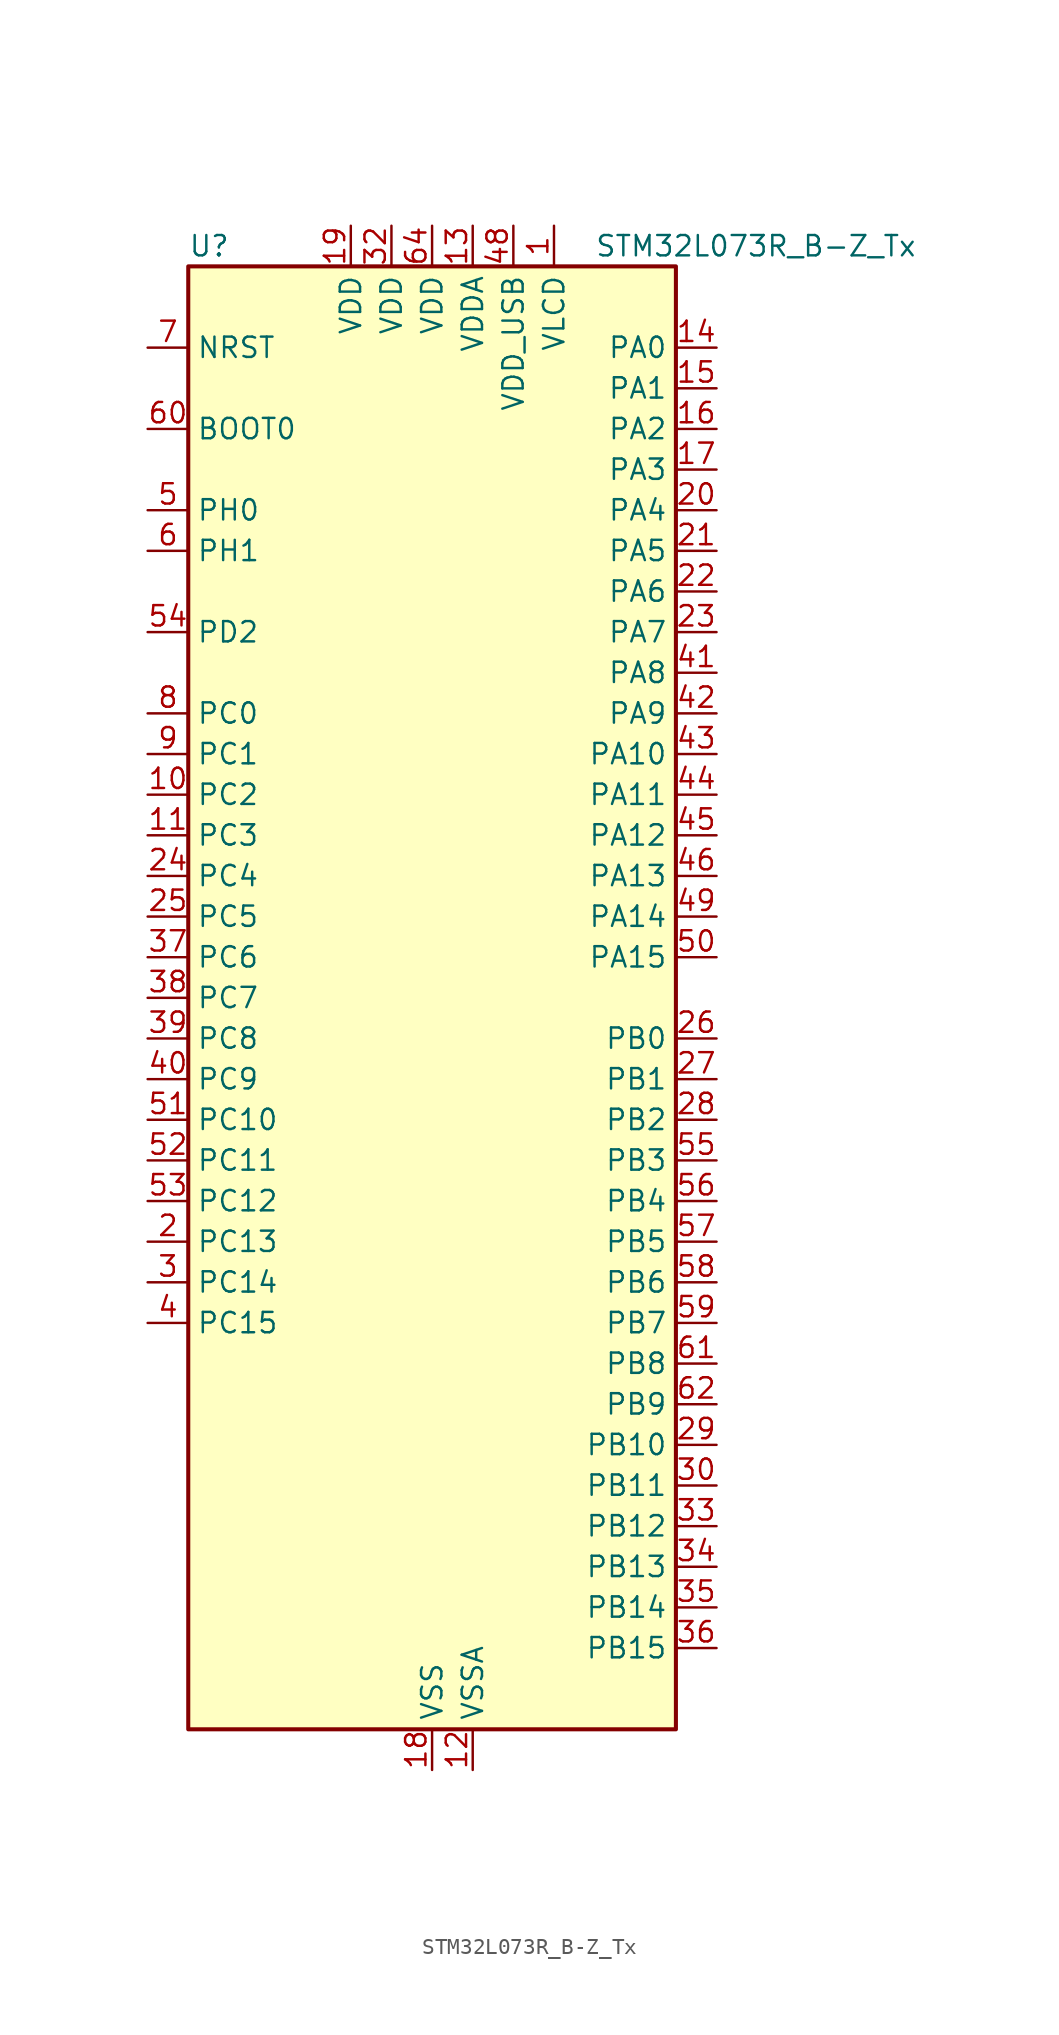
<source format=kicad_sym>
(kicad_symbol_lib
  (version 20241209)
  (generator "kicad_symbol_editor")
  (generator_version "9.0")
  (symbol "STM32L073R_B-Z_Tx"
    (property "Reference" "U"
      (at -15.24 46.99 0)
      (effects (font (size 1.27 1.27)) (justify left)))
    (property "Value" "STM32L073R_B-Z_Tx"
      (at 10.16 46.99 0)
      (effects (font (size 1.27 1.27)) (justify left)))
    (symbol "STM32L073R_B-Z_Tx_0_1"
      (rectangle (start -15.24 -45.72) (end 15.24 45.72) (stroke (width 0.254) (type default)) (fill (type background))))
    (symbol "STM32L073R_B-Z_Tx_1_1"
      (pin input line (at -17.78 40.64 0) (length 2.54) (name "NRST" (effects (font (size 1.27 1.27)))) (number "7" (effects (font (size 1.27 1.27)))))
      (pin input line (at -17.78 35.56 0) (length 2.54) (name "BOOT0" (effects (font (size 1.27 1.27)))) (number "60" (effects (font (size 1.27 1.27)))))
      (pin bidirectional line (at -17.78 30.48 0) (length 2.54) (name "PH0" (effects (font (size 1.27 1.27)))) (number "5" (effects (font (size 1.27 1.27)))) (alternate "CRS_SYNC" bidirectional line) (alternate "RCC_OSC_IN" bidirectional line))
      (pin bidirectional line (at -17.78 27.94 0) (length 2.54) (name "PH1" (effects (font (size 1.27 1.27)))) (number "6" (effects (font (size 1.27 1.27)))) (alternate "RCC_OSC_OUT" bidirectional line))
      (pin bidirectional line (at -17.78 22.86 0) (length 2.54) (name "PD2" (effects (font (size 1.27 1.27)))) (number "54" (effects (font (size 1.27 1.27)))) (alternate "LCD_COM7" bidirectional line) (alternate "LCD_SEG31" bidirectional line) (alternate "LPUART1_DE" bidirectional line) (alternate "LPUART1_RTS" bidirectional line) (alternate "TIM3_ETR" bidirectional line) (alternate "USART5_RX" bidirectional line))
      (pin bidirectional line (at -17.78 17.78 0) (length 2.54) (name "PC0" (effects (font (size 1.27 1.27)))) (number "8" (effects (font (size 1.27 1.27)))) (alternate "ADC_IN10" bidirectional line) (alternate "I2C3_SCL" bidirectional line) (alternate "LCD_SEG18" bidirectional line) (alternate "LPTIM1_IN1" bidirectional line) (alternate "LPUART1_RX" bidirectional line) (alternate "TSC_G7_IO1" bidirectional line))
      (pin bidirectional line (at -17.78 15.24 0) (length 2.54) (name "PC1" (effects (font (size 1.27 1.27)))) (number "9" (effects (font (size 1.27 1.27)))) (alternate "ADC_IN11" bidirectional line) (alternate "I2C3_SDA" bidirectional line) (alternate "LCD_SEG19" bidirectional line) (alternate "LPTIM1_OUT" bidirectional line) (alternate "LPUART1_TX" bidirectional line) (alternate "TSC_G7_IO2" bidirectional line))
      (pin bidirectional line (at -17.78 12.7 0) (length 2.54) (name "PC2" (effects (font (size 1.27 1.27)))) (number "10" (effects (font (size 1.27 1.27)))) (alternate "ADC_IN12" bidirectional line) (alternate "I2S2_MCK" bidirectional line) (alternate "LCD_SEG20" bidirectional line) (alternate "LPTIM1_IN2" bidirectional line) (alternate "SPI2_MISO" bidirectional line) (alternate "TSC_G7_IO3" bidirectional line))
      (pin bidirectional line (at -17.78 10.16 0) (length 2.54) (name "PC3" (effects (font (size 1.27 1.27)))) (number "11" (effects (font (size 1.27 1.27)))) (alternate "ADC_IN13" bidirectional line) (alternate "I2S2_SD" bidirectional line) (alternate "LCD_SEG21" bidirectional line) (alternate "LPTIM1_ETR" bidirectional line) (alternate "SPI2_MOSI" bidirectional line) (alternate "TSC_G7_IO4" bidirectional line))
      (pin bidirectional line (at -17.78 7.62 0) (length 2.54) (name "PC4" (effects (font (size 1.27 1.27)))) (number "24" (effects (font (size 1.27 1.27)))) (alternate "ADC_IN14" bidirectional line) (alternate "LCD_SEG22" bidirectional line) (alternate "LPUART1_TX" bidirectional line))
      (pin bidirectional line (at -17.78 5.08 0) (length 2.54) (name "PC5" (effects (font (size 1.27 1.27)))) (number "25" (effects (font (size 1.27 1.27)))) (alternate "ADC_IN15" bidirectional line) (alternate "LCD_SEG23" bidirectional line) (alternate "LPUART1_RX" bidirectional line) (alternate "TSC_G3_IO1" bidirectional line))
      (pin bidirectional line (at -17.78 2.54 0) (length 2.54) (name "PC6" (effects (font (size 1.27 1.27)))) (number "37" (effects (font (size 1.27 1.27)))) (alternate "LCD_SEG24" bidirectional line) (alternate "TIM22_CH1" bidirectional line) (alternate "TIM3_CH1" bidirectional line) (alternate "TSC_G8_IO1" bidirectional line))
      (pin bidirectional line (at -17.78 0 0) (length 2.54) (name "PC7" (effects (font (size 1.27 1.27)))) (number "38" (effects (font (size 1.27 1.27)))) (alternate "LCD_SEG25" bidirectional line) (alternate "TIM22_CH2" bidirectional line) (alternate "TIM3_CH2" bidirectional line) (alternate "TSC_G8_IO2" bidirectional line))
      (pin bidirectional line (at -17.78 -2.54 0) (length 2.54) (name "PC8" (effects (font (size 1.27 1.27)))) (number "39" (effects (font (size 1.27 1.27)))) (alternate "LCD_SEG26" bidirectional line) (alternate "TIM22_ETR" bidirectional line) (alternate "TIM3_CH3" bidirectional line) (alternate "TSC_G8_IO3" bidirectional line))
      (pin bidirectional line (at -17.78 -5.08 0) (length 2.54) (name "PC9" (effects (font (size 1.27 1.27)))) (number "40" (effects (font (size 1.27 1.27)))) (alternate "DAC_EXTI9" bidirectional line) (alternate "I2C3_SDA" bidirectional line) (alternate "LCD_SEG27" bidirectional line) (alternate "TIM21_ETR" bidirectional line) (alternate "TIM3_CH4" bidirectional line) (alternate "TSC_G8_IO4" bidirectional line) (alternate "USB_NOE" bidirectional line))
      (pin bidirectional line (at -17.78 -7.62 0) (length 2.54) (name "PC10" (effects (font (size 1.27 1.27)))) (number "51" (effects (font (size 1.27 1.27)))) (alternate "LCD_COM4" bidirectional line) (alternate "LCD_SEG28" bidirectional line) (alternate "LPUART1_TX" bidirectional line) (alternate "USART4_TX" bidirectional line))
      (pin bidirectional line (at -17.78 -10.16 0) (length 2.54) (name "PC11" (effects (font (size 1.27 1.27)))) (number "52" (effects (font (size 1.27 1.27)))) (alternate "ADC_EXTI11" bidirectional line) (alternate "LCD_COM5" bidirectional line) (alternate "LCD_SEG29" bidirectional line) (alternate "LPUART1_RX" bidirectional line) (alternate "USART4_RX" bidirectional line))
      (pin bidirectional line (at -17.78 -12.7 0) (length 2.54) (name "PC12" (effects (font (size 1.27 1.27)))) (number "53" (effects (font (size 1.27 1.27)))) (alternate "LCD_COM6" bidirectional line) (alternate "LCD_SEG30" bidirectional line) (alternate "USART4_CK" bidirectional line) (alternate "USART5_TX" bidirectional line))
      (pin bidirectional line (at -17.78 -15.24 0) (length 2.54) (name "PC13" (effects (font (size 1.27 1.27)))) (number "2" (effects (font (size 1.27 1.27)))) (alternate "RTC_OUT_ALARM" bidirectional line) (alternate "RTC_OUT_CALIB" bidirectional line) (alternate "RTC_TAMP1" bidirectional line) (alternate "RTC_TS" bidirectional line) (alternate "SYS_WKUP2" bidirectional line))
      (pin bidirectional line (at -17.78 -17.78 0) (length 2.54) (name "PC14" (effects (font (size 1.27 1.27)))) (number "3" (effects (font (size 1.27 1.27)))) (alternate "RCC_OSC32_IN" bidirectional line))
      (pin bidirectional line (at -17.78 -20.32 0) (length 2.54) (name "PC15" (effects (font (size 1.27 1.27)))) (number "4" (effects (font (size 1.27 1.27)))) (alternate "RCC_OSC32_OUT" bidirectional line))
      (pin power_in line (at -5.08 48.26 270) (length 2.54) (name "VDD" (effects (font (size 1.27 1.27)))) (number "19" (effects (font (size 1.27 1.27)))))
      (pin power_in line (at -2.54 48.26 270) (length 2.54) (name "VDD" (effects (font (size 1.27 1.27)))) (number "32" (effects (font (size 1.27 1.27)))))
      (pin power_in line (at 0 48.26 270) (length 2.54) (name "VDD" (effects (font (size 1.27 1.27)))) (number "64" (effects (font (size 1.27 1.27)))))
      (pin power_in line (at 0 -48.26 90) (length 2.54) (name "VSS" (effects (font (size 1.27 1.27)))) (number "18" (effects (font (size 1.27 1.27)))))
      (pin passive line (at 0 -48.26 90) (length 2.54) (hide yes) (name "VSS" (effects (font (size 1.27 1.27)))) (number "31" (effects (font (size 1.27 1.27)))))
      (pin passive line (at 0 -48.26 90) (length 2.54) (hide yes) (name "VSS" (effects (font (size 1.27 1.27)))) (number "47" (effects (font (size 1.27 1.27)))))
      (pin passive line (at 0 -48.26 90) (length 2.54) (hide yes) (name "VSS" (effects (font (size 1.27 1.27)))) (number "63" (effects (font (size 1.27 1.27)))))
      (pin power_in line (at 2.54 48.26 270) (length 2.54) (name "VDDA" (effects (font (size 1.27 1.27)))) (number "13" (effects (font (size 1.27 1.27)))))
      (pin power_in line (at 2.54 -48.26 90) (length 2.54) (name "VSSA" (effects (font (size 1.27 1.27)))) (number "12" (effects (font (size 1.27 1.27)))))
      (pin power_in line (at 5.08 48.26 270) (length 2.54) (name "VDD_USB" (effects (font (size 1.27 1.27)))) (number "48" (effects (font (size 1.27 1.27)))))
      (pin power_in line (at 7.62 48.26 270) (length 2.54) (name "VLCD" (effects (font (size 1.27 1.27)))) (number "1" (effects (font (size 1.27 1.27)))))
      (pin bidirectional line (at 17.78 40.64 180) (length 2.54) (name "PA0" (effects (font (size 1.27 1.27)))) (number "14" (effects (font (size 1.27 1.27)))) (alternate "ADC_IN0" bidirectional line) (alternate "COMP1_INM" bidirectional line) (alternate "COMP1_OUT" bidirectional line) (alternate "RTC_TAMP2" bidirectional line) (alternate "SYS_WKUP1" bidirectional line) (alternate "TIM2_CH1" bidirectional line) (alternate "TIM2_ETR" bidirectional line) (alternate "TSC_G1_IO1" bidirectional line) (alternate "USART2_CTS" bidirectional line) (alternate "USART4_TX" bidirectional line))
      (pin bidirectional line (at 17.78 38.1 180) (length 2.54) (name "PA1" (effects (font (size 1.27 1.27)))) (number "15" (effects (font (size 1.27 1.27)))) (alternate "ADC_IN1" bidirectional line) (alternate "COMP1_INP" bidirectional line) (alternate "LCD_SEG0" bidirectional line) (alternate "TIM21_ETR" bidirectional line) (alternate "TIM2_CH2" bidirectional line) (alternate "TSC_G1_IO2" bidirectional line) (alternate "USART2_DE" bidirectional line) (alternate "USART2_RTS" bidirectional line) (alternate "USART4_RX" bidirectional line))
      (pin bidirectional line (at 17.78 35.56 180) (length 2.54) (name "PA2" (effects (font (size 1.27 1.27)))) (number "16" (effects (font (size 1.27 1.27)))) (alternate "ADC_IN2" bidirectional line) (alternate "COMP2_INM" bidirectional line) (alternate "COMP2_OUT" bidirectional line) (alternate "LCD_SEG1" bidirectional line) (alternate "LPUART1_TX" bidirectional line) (alternate "TIM21_CH1" bidirectional line) (alternate "TIM2_CH3" bidirectional line) (alternate "TSC_G1_IO3" bidirectional line) (alternate "USART2_TX" bidirectional line))
      (pin bidirectional line (at 17.78 33.02 180) (length 2.54) (name "PA3" (effects (font (size 1.27 1.27)))) (number "17" (effects (font (size 1.27 1.27)))) (alternate "ADC_IN3" bidirectional line) (alternate "COMP2_INP" bidirectional line) (alternate "LCD_SEG2" bidirectional line) (alternate "LPUART1_RX" bidirectional line) (alternate "TIM21_CH2" bidirectional line) (alternate "TIM2_CH4" bidirectional line) (alternate "TSC_G1_IO4" bidirectional line) (alternate "USART2_RX" bidirectional line))
      (pin bidirectional line (at 17.78 30.48 180) (length 2.54) (name "PA4" (effects (font (size 1.27 1.27)))) (number "20" (effects (font (size 1.27 1.27)))) (alternate "ADC_IN4" bidirectional line) (alternate "COMP1_INM" bidirectional line) (alternate "COMP2_INM" bidirectional line) (alternate "DAC_OUT1" bidirectional line) (alternate "SPI1_NSS" bidirectional line) (alternate "TIM22_ETR" bidirectional line) (alternate "TSC_G2_IO1" bidirectional line) (alternate "USART2_CK" bidirectional line))
      (pin bidirectional line (at 17.78 27.94 180) (length 2.54) (name "PA5" (effects (font (size 1.27 1.27)))) (number "21" (effects (font (size 1.27 1.27)))) (alternate "ADC_IN5" bidirectional line) (alternate "COMP1_INM" bidirectional line) (alternate "COMP2_INM" bidirectional line) (alternate "DAC_OUT2" bidirectional line) (alternate "SPI1_SCK" bidirectional line) (alternate "TIM2_CH1" bidirectional line) (alternate "TIM2_ETR" bidirectional line) (alternate "TSC_G2_IO2" bidirectional line))
      (pin bidirectional line (at 17.78 25.4 180) (length 2.54) (name "PA6" (effects (font (size 1.27 1.27)))) (number "22" (effects (font (size 1.27 1.27)))) (alternate "ADC_IN6" bidirectional line) (alternate "COMP1_OUT" bidirectional line) (alternate "LCD_SEG3" bidirectional line) (alternate "LPUART1_CTS" bidirectional line) (alternate "SPI1_MISO" bidirectional line) (alternate "TIM22_CH1" bidirectional line) (alternate "TIM3_CH1" bidirectional line) (alternate "TSC_G2_IO3" bidirectional line))
      (pin bidirectional line (at 17.78 22.86 180) (length 2.54) (name "PA7" (effects (font (size 1.27 1.27)))) (number "23" (effects (font (size 1.27 1.27)))) (alternate "ADC_IN7" bidirectional line) (alternate "COMP2_OUT" bidirectional line) (alternate "LCD_SEG4" bidirectional line) (alternate "SPI1_MOSI" bidirectional line) (alternate "TIM22_CH2" bidirectional line) (alternate "TIM3_CH2" bidirectional line) (alternate "TSC_G2_IO4" bidirectional line))
      (pin bidirectional line (at 17.78 20.32 180) (length 2.54) (name "PA8" (effects (font (size 1.27 1.27)))) (number "41" (effects (font (size 1.27 1.27)))) (alternate "CRS_SYNC" bidirectional line) (alternate "I2C3_SCL" bidirectional line) (alternate "LCD_COM0" bidirectional line) (alternate "RCC_MCO" bidirectional line) (alternate "USART1_CK" bidirectional line))
      (pin bidirectional line (at 17.78 17.78 180) (length 2.54) (name "PA9" (effects (font (size 1.27 1.27)))) (number "42" (effects (font (size 1.27 1.27)))) (alternate "DAC_EXTI9" bidirectional line) (alternate "I2C1_SCL" bidirectional line) (alternate "I2C3_SMBA" bidirectional line) (alternate "LCD_COM1" bidirectional line) (alternate "RCC_MCO" bidirectional line) (alternate "TSC_G4_IO1" bidirectional line) (alternate "USART1_TX" bidirectional line))
      (pin bidirectional line (at 17.78 15.24 180) (length 2.54) (name "PA10" (effects (font (size 1.27 1.27)))) (number "43" (effects (font (size 1.27 1.27)))) (alternate "I2C1_SDA" bidirectional line) (alternate "LCD_COM2" bidirectional line) (alternate "TSC_G4_IO2" bidirectional line) (alternate "USART1_RX" bidirectional line))
      (pin bidirectional line (at 17.78 12.7 180) (length 2.54) (name "PA11" (effects (font (size 1.27 1.27)))) (number "44" (effects (font (size 1.27 1.27)))) (alternate "ADC_EXTI11" bidirectional line) (alternate "COMP1_OUT" bidirectional line) (alternate "SPI1_MISO" bidirectional line) (alternate "TSC_G4_IO3" bidirectional line) (alternate "USART1_CTS" bidirectional line) (alternate "USB_DM" bidirectional line))
      (pin bidirectional line (at 17.78 10.16 180) (length 2.54) (name "PA12" (effects (font (size 1.27 1.27)))) (number "45" (effects (font (size 1.27 1.27)))) (alternate "COMP2_OUT" bidirectional line) (alternate "SPI1_MOSI" bidirectional line) (alternate "TSC_G4_IO4" bidirectional line) (alternate "USART1_DE" bidirectional line) (alternate "USART1_RTS" bidirectional line) (alternate "USB_DP" bidirectional line))
      (pin bidirectional line (at 17.78 7.62 180) (length 2.54) (name "PA13" (effects (font (size 1.27 1.27)))) (number "46" (effects (font (size 1.27 1.27)))) (alternate "LPUART1_RX" bidirectional line) (alternate "SYS_SWDIO" bidirectional line) (alternate "USB_NOE" bidirectional line))
      (pin bidirectional line (at 17.78 5.08 180) (length 2.54) (name "PA14" (effects (font (size 1.27 1.27)))) (number "49" (effects (font (size 1.27 1.27)))) (alternate "LPUART1_TX" bidirectional line) (alternate "SYS_SWCLK" bidirectional line) (alternate "USART2_TX" bidirectional line))
      (pin bidirectional line (at 17.78 2.54 180) (length 2.54) (name "PA15" (effects (font (size 1.27 1.27)))) (number "50" (effects (font (size 1.27 1.27)))) (alternate "LCD_SEG17" bidirectional line) (alternate "SPI1_NSS" bidirectional line) (alternate "TIM2_CH1" bidirectional line) (alternate "TIM2_ETR" bidirectional line) (alternate "USART2_RX" bidirectional line) (alternate "USART4_DE" bidirectional line) (alternate "USART4_RTS" bidirectional line))
      (pin bidirectional line (at 17.78 -2.54 180) (length 2.54) (name "PB0" (effects (font (size 1.27 1.27)))) (number "26" (effects (font (size 1.27 1.27)))) (alternate "ADC_IN8" bidirectional line) (alternate "LCD_SEG5" bidirectional line) (alternate "LCD_VLCD3" bidirectional line) (alternate "SYS_VREF_OUT_PB0" bidirectional line) (alternate "TIM3_CH3" bidirectional line) (alternate "TSC_G3_IO2" bidirectional line))
      (pin bidirectional line (at 17.78 -5.08 180) (length 2.54) (name "PB1" (effects (font (size 1.27 1.27)))) (number "27" (effects (font (size 1.27 1.27)))) (alternate "ADC_IN9" bidirectional line) (alternate "LCD_SEG6" bidirectional line) (alternate "LPUART1_DE" bidirectional line) (alternate "LPUART1_RTS" bidirectional line) (alternate "SYS_VREF_OUT_PB1" bidirectional line) (alternate "TIM3_CH4" bidirectional line) (alternate "TSC_G3_IO3" bidirectional line))
      (pin bidirectional line (at 17.78 -7.62 180) (length 2.54) (name "PB2" (effects (font (size 1.27 1.27)))) (number "28" (effects (font (size 1.27 1.27)))) (alternate "I2C3_SMBA" bidirectional line) (alternate "LCD_VLCD2" bidirectional line) (alternate "LPTIM1_OUT" bidirectional line) (alternate "TSC_G3_IO4" bidirectional line))
      (pin bidirectional line (at 17.78 -10.16 180) (length 2.54) (name "PB3" (effects (font (size 1.27 1.27)))) (number "55" (effects (font (size 1.27 1.27)))) (alternate "COMP2_INM" bidirectional line) (alternate "LCD_SEG7" bidirectional line) (alternate "SPI1_SCK" bidirectional line) (alternate "TIM2_CH2" bidirectional line) (alternate "TSC_G5_IO1" bidirectional line) (alternate "USART1_DE" bidirectional line) (alternate "USART1_RTS" bidirectional line) (alternate "USART5_TX" bidirectional line))
      (pin bidirectional line (at 17.78 -12.7 180) (length 2.54) (name "PB4" (effects (font (size 1.27 1.27)))) (number "56" (effects (font (size 1.27 1.27)))) (alternate "COMP2_INP" bidirectional line) (alternate "I2C3_SDA" bidirectional line) (alternate "LCD_SEG8" bidirectional line) (alternate "SPI1_MISO" bidirectional line) (alternate "TIM22_CH1" bidirectional line) (alternate "TIM3_CH1" bidirectional line) (alternate "TSC_G5_IO2" bidirectional line) (alternate "USART1_CTS" bidirectional line) (alternate "USART5_RX" bidirectional line))
      (pin bidirectional line (at 17.78 -15.24 180) (length 2.54) (name "PB5" (effects (font (size 1.27 1.27)))) (number "57" (effects (font (size 1.27 1.27)))) (alternate "COMP2_INP" bidirectional line) (alternate "I2C1_SMBA" bidirectional line) (alternate "LCD_SEG9" bidirectional line) (alternate "LPTIM1_IN1" bidirectional line) (alternate "SPI1_MOSI" bidirectional line) (alternate "TIM22_CH2" bidirectional line) (alternate "TIM3_CH2" bidirectional line) (alternate "USART1_CK" bidirectional line) (alternate "USART5_CK" bidirectional line) (alternate "USART5_DE" bidirectional line) (alternate "USART5_RTS" bidirectional line))
      (pin bidirectional line (at 17.78 -17.78 180) (length 2.54) (name "PB6" (effects (font (size 1.27 1.27)))) (number "58" (effects (font (size 1.27 1.27)))) (alternate "COMP2_INP" bidirectional line) (alternate "I2C1_SCL" bidirectional line) (alternate "LPTIM1_ETR" bidirectional line) (alternate "TSC_G5_IO3" bidirectional line) (alternate "USART1_TX" bidirectional line))
      (pin bidirectional line (at 17.78 -20.32 180) (length 2.54) (name "PB7" (effects (font (size 1.27 1.27)))) (number "59" (effects (font (size 1.27 1.27)))) (alternate "COMP2_INP" bidirectional line) (alternate "I2C1_SDA" bidirectional line) (alternate "LPTIM1_IN2" bidirectional line) (alternate "SYS_PVD_IN" bidirectional line) (alternate "TSC_G5_IO4" bidirectional line) (alternate "USART1_RX" bidirectional line) (alternate "USART4_CTS" bidirectional line))
      (pin bidirectional line (at 17.78 -22.86 180) (length 2.54) (name "PB8" (effects (font (size 1.27 1.27)))) (number "61" (effects (font (size 1.27 1.27)))) (alternate "I2C1_SCL" bidirectional line) (alternate "LCD_SEG16" bidirectional line) (alternate "TSC_SYNC" bidirectional line))
      (pin bidirectional line (at 17.78 -25.4 180) (length 2.54) (name "PB9" (effects (font (size 1.27 1.27)))) (number "62" (effects (font (size 1.27 1.27)))) (alternate "DAC_EXTI9" bidirectional line) (alternate "I2C1_SDA" bidirectional line) (alternate "I2S2_WS" bidirectional line) (alternate "LCD_COM3" bidirectional line) (alternate "SPI2_NSS" bidirectional line))
      (pin bidirectional line (at 17.78 -27.94 180) (length 2.54) (name "PB10" (effects (font (size 1.27 1.27)))) (number "29" (effects (font (size 1.27 1.27)))) (alternate "I2C2_SCL" bidirectional line) (alternate "LCD_SEG10" bidirectional line) (alternate "LPUART1_RX" bidirectional line) (alternate "LPUART1_TX" bidirectional line) (alternate "SPI2_SCK" bidirectional line) (alternate "TIM2_CH3" bidirectional line) (alternate "TSC_SYNC" bidirectional line))
      (pin bidirectional line (at 17.78 -30.48 180) (length 2.54) (name "PB11" (effects (font (size 1.27 1.27)))) (number "30" (effects (font (size 1.27 1.27)))) (alternate "ADC_EXTI11" bidirectional line) (alternate "I2C2_SDA" bidirectional line) (alternate "LCD_SEG11" bidirectional line) (alternate "LPUART1_RX" bidirectional line) (alternate "LPUART1_TX" bidirectional line) (alternate "TIM2_CH4" bidirectional line) (alternate "TSC_G6_IO1" bidirectional line))
      (pin bidirectional line (at 17.78 -33.02 180) (length 2.54) (name "PB12" (effects (font (size 1.27 1.27)))) (number "33" (effects (font (size 1.27 1.27)))) (alternate "I2S2_WS" bidirectional line) (alternate "LCD_SEG12" bidirectional line) (alternate "LCD_VLCD2" bidirectional line) (alternate "LPUART1_DE" bidirectional line) (alternate "LPUART1_RTS" bidirectional line) (alternate "SPI2_NSS" bidirectional line) (alternate "TSC_G6_IO2" bidirectional line))
      (pin bidirectional line (at 17.78 -35.56 180) (length 2.54) (name "PB13" (effects (font (size 1.27 1.27)))) (number "34" (effects (font (size 1.27 1.27)))) (alternate "I2C2_SCL" bidirectional line) (alternate "I2S2_CK" bidirectional line) (alternate "LCD_SEG13" bidirectional line) (alternate "LPUART1_CTS" bidirectional line) (alternate "RCC_MCO" bidirectional line) (alternate "SPI2_SCK" bidirectional line) (alternate "TIM21_CH1" bidirectional line) (alternate "TSC_G6_IO3" bidirectional line))
      (pin bidirectional line (at 17.78 -38.1 180) (length 2.54) (name "PB14" (effects (font (size 1.27 1.27)))) (number "35" (effects (font (size 1.27 1.27)))) (alternate "I2C2_SDA" bidirectional line) (alternate "I2S2_MCK" bidirectional line) (alternate "LCD_SEG14" bidirectional line) (alternate "LPUART1_DE" bidirectional line) (alternate "LPUART1_RTS" bidirectional line) (alternate "RTC_OUT_ALARM" bidirectional line) (alternate "RTC_OUT_CALIB" bidirectional line) (alternate "SPI2_MISO" bidirectional line) (alternate "TIM21_CH2" bidirectional line) (alternate "TSC_G6_IO4" bidirectional line))
      (pin bidirectional line (at 17.78 -40.64 180) (length 2.54) (name "PB15" (effects (font (size 1.27 1.27)))) (number "36" (effects (font (size 1.27 1.27)))) (alternate "I2S2_SD" bidirectional line) (alternate "LCD_SEG15" bidirectional line) (alternate "RTC_REFIN" bidirectional line) (alternate "SPI2_MOSI" bidirectional line)))))
</source>
